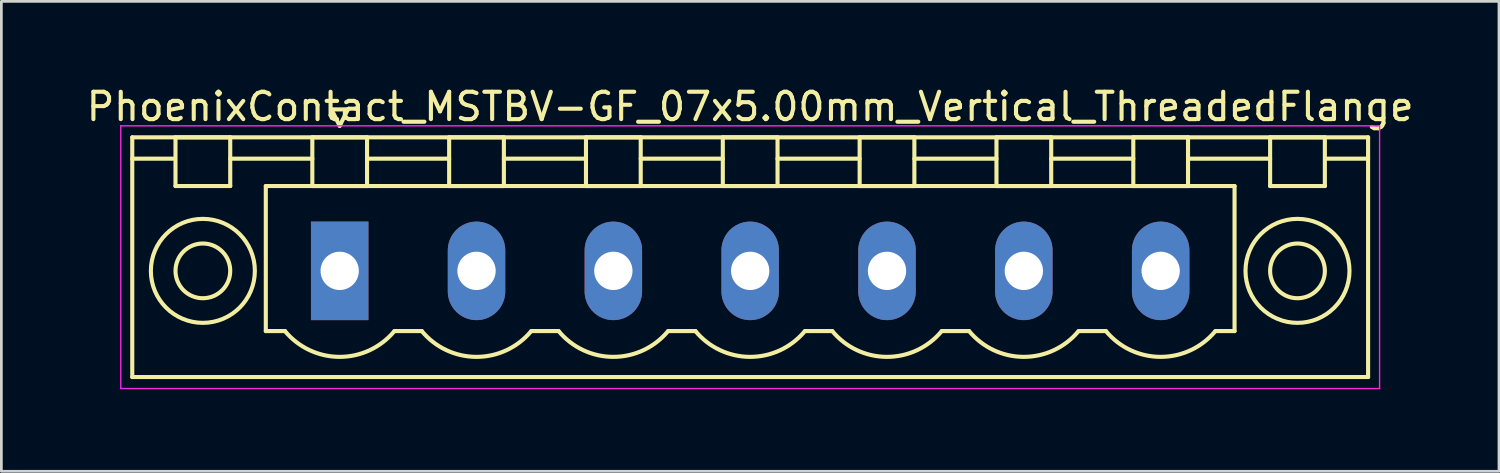
<source format=kicad_pcb>
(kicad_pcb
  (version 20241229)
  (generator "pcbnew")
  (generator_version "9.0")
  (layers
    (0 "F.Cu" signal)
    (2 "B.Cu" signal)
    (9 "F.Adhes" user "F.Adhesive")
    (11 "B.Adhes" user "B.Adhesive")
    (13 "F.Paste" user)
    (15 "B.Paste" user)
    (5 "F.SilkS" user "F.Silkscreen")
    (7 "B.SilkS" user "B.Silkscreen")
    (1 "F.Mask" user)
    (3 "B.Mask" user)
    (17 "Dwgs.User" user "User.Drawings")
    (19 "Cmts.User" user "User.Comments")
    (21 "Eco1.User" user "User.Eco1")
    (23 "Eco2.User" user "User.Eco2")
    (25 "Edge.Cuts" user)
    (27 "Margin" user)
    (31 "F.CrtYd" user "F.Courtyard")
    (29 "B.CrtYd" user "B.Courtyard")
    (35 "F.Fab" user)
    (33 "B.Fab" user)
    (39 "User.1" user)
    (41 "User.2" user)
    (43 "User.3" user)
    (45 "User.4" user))
  (footprint "PhoenixContact_MSTBV-GF_07x5.00mm_Vertical_ThreadedFlange"
    (layer "F.Cu")
    (at 9.363 6.848)
    (property "Reference" "PhoenixContact_MSTBV-GF_07x5.00mm_Vertical_ThreadedFlange" (at 15 -6 0) (layer "F.SilkS") (effects (font (size 1 1) (thickness 0.15))))
    (attr through_hole)
    (fp_line (start -7.58 -4.88) (end -7.58 3.88) (stroke (width 0.15) (type solid)) (layer "F.SilkS"))
    (fp_line (start -7.58 -4.1) (end -6.08 -4.1) (stroke (width 0.15) (type solid)) (layer "F.SilkS"))
    (fp_line (start -7.58 3.88) (end 37.58 3.88) (stroke (width 0.15) (type solid)) (layer "F.SilkS"))
    (fp_line (start -6 -4.88) (end -4 -4.88) (stroke (width 0.15) (type solid)) (layer "F.SilkS"))
    (fp_line (start -6 -3.1) (end -6 -4.88) (stroke (width 0.15) (type solid)) (layer "F.SilkS"))
    (fp_line (start -4 -4.88) (end -4 -3.1) (stroke (width 0.15) (type solid)) (layer "F.SilkS"))
    (fp_line (start -4 -4.1) (end -1 -4.1) (stroke (width 0.15) (type solid)) (layer "F.SilkS"))
    (fp_line (start -4 -3.1) (end -6 -3.1) (stroke (width 0.15) (type solid)) (layer "F.SilkS"))
    (fp_line (start -2.7 -3.1) (end 32.7 -3.1) (stroke (width 0.15) (type solid)) (layer "F.SilkS"))
    (fp_line (start -2.7 2.2) (end -2.7 -3.1) (stroke (width 0.15) (type solid)) (layer "F.SilkS"))
    (fp_line (start -2 2.2) (end -2.7 2.2) (stroke (width 0.15) (type solid)) (layer "F.SilkS"))
    (fp_line (start -1 -4.88) (end 1 -4.88) (stroke (width 0.15) (type solid)) (layer "F.SilkS"))
    (fp_line (start -1 -3.1) (end -1 -4.88) (stroke (width 0.15) (type solid)) (layer "F.SilkS"))
    (fp_line (start -0.3 -5.9) (end 0 -5.3) (stroke (width 0.15) (type solid)) (layer "F.SilkS"))
    (fp_line (start 0 -5.3) (end 0.3 -5.9) (stroke (width 0.15) (type solid)) (layer "F.SilkS"))
    (fp_line (start 0.3 -5.9) (end -0.3 -5.9) (stroke (width 0.15) (type solid)) (layer "F.SilkS"))
    (fp_line (start 1 -4.88) (end 1 -3.1) (stroke (width 0.15) (type solid)) (layer "F.SilkS"))
    (fp_line (start 1 -4.1) (end 4 -4.1) (stroke (width 0.15) (type solid)) (layer "F.SilkS"))
    (fp_line (start 1 -3.1) (end -1 -3.1) (stroke (width 0.15) (type solid)) (layer "F.SilkS"))
    (fp_line (start 2 2.2) (end 3 2.2) (stroke (width 0.15) (type solid)) (layer "F.SilkS"))
    (fp_line (start 4 -4.88) (end 6 -4.88) (stroke (width 0.15) (type solid)) (layer "F.SilkS"))
    (fp_line (start 4 -3.1) (end 4 -4.88) (stroke (width 0.15) (type solid)) (layer "F.SilkS"))
    (fp_line (start 6 -4.88) (end 6 -3.1) (stroke (width 0.15) (type solid)) (layer "F.SilkS"))
    (fp_line (start 6 -4.1) (end 9 -4.1) (stroke (width 0.15) (type solid)) (layer "F.SilkS"))
    (fp_line (start 6 -3.1) (end 4 -3.1) (stroke (width 0.15) (type solid)) (layer "F.SilkS"))
    (fp_line (start 7 2.2) (end 8 2.2) (stroke (width 0.15) (type solid)) (layer "F.SilkS"))
    (fp_line (start 9 -4.88) (end 11 -4.88) (stroke (width 0.15) (type solid)) (layer "F.SilkS"))
    (fp_line (start 9 -3.1) (end 9 -4.88) (stroke (width 0.15) (type solid)) (layer "F.SilkS"))
    (fp_line (start 11 -4.88) (end 11 -3.1) (stroke (width 0.15) (type solid)) (layer "F.SilkS"))
    (fp_line (start 11 -4.1) (end 14 -4.1) (stroke (width 0.15) (type solid)) (layer "F.SilkS"))
    (fp_line (start 11 -3.1) (end 9 -3.1) (stroke (width 0.15) (type solid)) (layer "F.SilkS"))
    (fp_line (start 12 2.2) (end 13 2.2) (stroke (width 0.15) (type solid)) (layer "F.SilkS"))
    (fp_line (start 14 -4.88) (end 16 -4.88) (stroke (width 0.15) (type solid)) (layer "F.SilkS"))
    (fp_line (start 14 -3.1) (end 14 -4.88) (stroke (width 0.15) (type solid)) (layer "F.SilkS"))
    (fp_line (start 16 -4.88) (end 16 -3.1) (stroke (width 0.15) (type solid)) (layer "F.SilkS"))
    (fp_line (start 16 -4.1) (end 19 -4.1) (stroke (width 0.15) (type solid)) (layer "F.SilkS"))
    (fp_line (start 16 -3.1) (end 14 -3.1) (stroke (width 0.15) (type solid)) (layer "F.SilkS"))
    (fp_line (start 17 2.2) (end 18 2.2) (stroke (width 0.15) (type solid)) (layer "F.SilkS"))
    (fp_line (start 19 -4.88) (end 21 -4.88) (stroke (width 0.15) (type solid)) (layer "F.SilkS"))
    (fp_line (start 19 -3.1) (end 19 -4.88) (stroke (width 0.15) (type solid)) (layer "F.SilkS"))
    (fp_line (start 21 -4.88) (end 21 -3.1) (stroke (width 0.15) (type solid)) (layer "F.SilkS"))
    (fp_line (start 21 -4.1) (end 24 -4.1) (stroke (width 0.15) (type solid)) (layer "F.SilkS"))
    (fp_line (start 21 -3.1) (end 19 -3.1) (stroke (width 0.15) (type solid)) (layer "F.SilkS"))
    (fp_line (start 22 2.2) (end 23 2.2) (stroke (width 0.15) (type solid)) (layer "F.SilkS"))
    (fp_line (start 24 -4.88) (end 26 -4.88) (stroke (width 0.15) (type solid)) (layer "F.SilkS"))
    (fp_line (start 24 -3.1) (end 24 -4.88) (stroke (width 0.15) (type solid)) (layer "F.SilkS"))
    (fp_line (start 26 -4.88) (end 26 -3.1) (stroke (width 0.15) (type solid)) (layer "F.SilkS"))
    (fp_line (start 26 -4.1) (end 29 -4.1) (stroke (width 0.15) (type solid)) (layer "F.SilkS"))
    (fp_line (start 26 -3.1) (end 24 -3.1) (stroke (width 0.15) (type solid)) (layer "F.SilkS"))
    (fp_line (start 27 2.2) (end 28 2.2) (stroke (width 0.15) (type solid)) (layer "F.SilkS"))
    (fp_line (start 29 -4.88) (end 31 -4.88) (stroke (width 0.15) (type solid)) (layer "F.SilkS"))
    (fp_line (start 29 -3.1) (end 29 -4.88) (stroke (width 0.15) (type solid)) (layer "F.SilkS"))
    (fp_line (start 31 -4.88) (end 31 -3.1) (stroke (width 0.15) (type solid)) (layer "F.SilkS"))
    (fp_line (start 31 -4.1) (end 34 -4.1) (stroke (width 0.15) (type solid)) (layer "F.SilkS"))
    (fp_line (start 31 -3.1) (end 29 -3.1) (stroke (width 0.15) (type solid)) (layer "F.SilkS"))
    (fp_line (start 32.7 -3.1) (end 32.7 2.2) (stroke (width 0.15) (type solid)) (layer "F.SilkS"))
    (fp_line (start 32.7 2.2) (end 32 2.2) (stroke (width 0.15) (type solid)) (layer "F.SilkS"))
    (fp_line (start 34 -4.88) (end 36 -4.88) (stroke (width 0.15) (type solid)) (layer "F.SilkS"))
    (fp_line (start 34 -3.1) (end 34 -4.88) (stroke (width 0.15) (type solid)) (layer "F.SilkS"))
    (fp_line (start 36 -4.88) (end 36 -3.1) (stroke (width 0.15) (type solid)) (layer "F.SilkS"))
    (fp_line (start 36 -3.1) (end 34 -3.1) (stroke (width 0.15) (type solid)) (layer "F.SilkS"))
    (fp_line (start 37.58 -4.88) (end -7.58 -4.88) (stroke (width 0.15) (type solid)) (layer "F.SilkS"))
    (fp_line (start 37.58 -4.1) (end 36.08 -4.1) (stroke (width 0.15) (type solid)) (layer "F.SilkS"))
    (fp_line (start 37.58 3.88) (end 37.58 -4.88) (stroke (width 0.15) (type solid)) (layer "F.SilkS"))
    (fp_arc (start 1.986842 2.215821) (mid -0.010289 3.142758) (end -2 2.2) (stroke (width 0.15) (type solid)) (layer "F.SilkS"))
    (fp_arc (start 6.986842 2.215821) (mid 4.989711 3.142758) (end 3 2.2) (stroke (width 0.15) (type solid)) (layer "F.SilkS"))
    (fp_arc (start 11.986842 2.215821) (mid 9.989711 3.142758) (end 8 2.2) (stroke (width 0.15) (type solid)) (layer "F.SilkS"))
    (fp_arc (start 16.986842 2.215821) (mid 14.989711 3.142758) (end 13 2.2) (stroke (width 0.15) (type solid)) (layer "F.SilkS"))
    (fp_arc (start 21.986842 2.215821) (mid 19.989711 3.142758) (end 18 2.2) (stroke (width 0.15) (type solid)) (layer "F.SilkS"))
    (fp_arc (start 26.986842 2.215821) (mid 24.989711 3.142758) (end 23 2.2) (stroke (width 0.15) (type solid)) (layer "F.SilkS"))
    (fp_arc (start 31.986842 2.215821) (mid 29.989711 3.142758) (end 28 2.2) (stroke (width 0.15) (type solid)) (layer "F.SilkS"))
    (fp_circle (center -5 0) (end -4 0) (stroke (width 0.15) (type solid)) (fill no) (layer "F.SilkS"))
    (fp_circle (center -5 0) (end -3.1 0) (stroke (width 0.15) (type solid)) (fill no) (layer "F.SilkS"))
    (fp_circle (center 35 0) (end 36 0) (stroke (width 0.15) (type solid)) (fill no) (layer "F.SilkS"))
    (fp_circle (center 35 0) (end 36.9 0) (stroke (width 0.15) (type solid)) (fill no) (layer "F.SilkS"))
    (fp_line (start -8 -5.3) (end -8 4.3) (stroke (width 0.05) (type solid)) (layer "F.CrtYd"))
    (fp_line (start -8 4.3) (end 38 4.3) (stroke (width 0.05) (type solid)) (layer "F.CrtYd"))
    (fp_line (start 38 -5.3) (end -8 -5.3) (stroke (width 0.05) (type solid)) (layer "F.CrtYd"))
    (fp_line (start 38 4.3) (end 38 -5.3) (stroke (width 0.05) (type solid)) (layer "F.CrtYd"))
    (pad "1" thru_hole rect (at 0 0) (size 2.1 3.6) (drill 1.4) (layers "*.Cu" "*.Mask"))
    (pad "2" thru_hole oval (at 5 0) (size 2.1 3.6) (drill 1.4) (layers "*.Cu" "*.Mask"))
    (pad "3" thru_hole oval (at 10 0) (size 2.1 3.6) (drill 1.4) (layers "*.Cu" "*.Mask"))
    (pad "4" thru_hole oval (at 15 0) (size 2.1 3.6) (drill 1.4) (layers "*.Cu" "*.Mask"))
    (pad "5" thru_hole oval (at 20 0) (size 2.1 3.6) (drill 1.4) (layers "*.Cu" "*.Mask"))
    (pad "6" thru_hole oval (at 25 0) (size 2.1 3.6) (drill 1.4) (layers "*.Cu" "*.Mask"))
    (pad "7" thru_hole oval (at 30 0) (size 2.1 3.6) (drill 1.4) (layers "*.Cu" "*.Mask")))
  (gr_rect
    (start -3 -3)
    (end 51.726 14.173)
    (stroke (width 0.1) (type default))
    (fill no)
    (layer "Edge.Cuts")))
</source>
